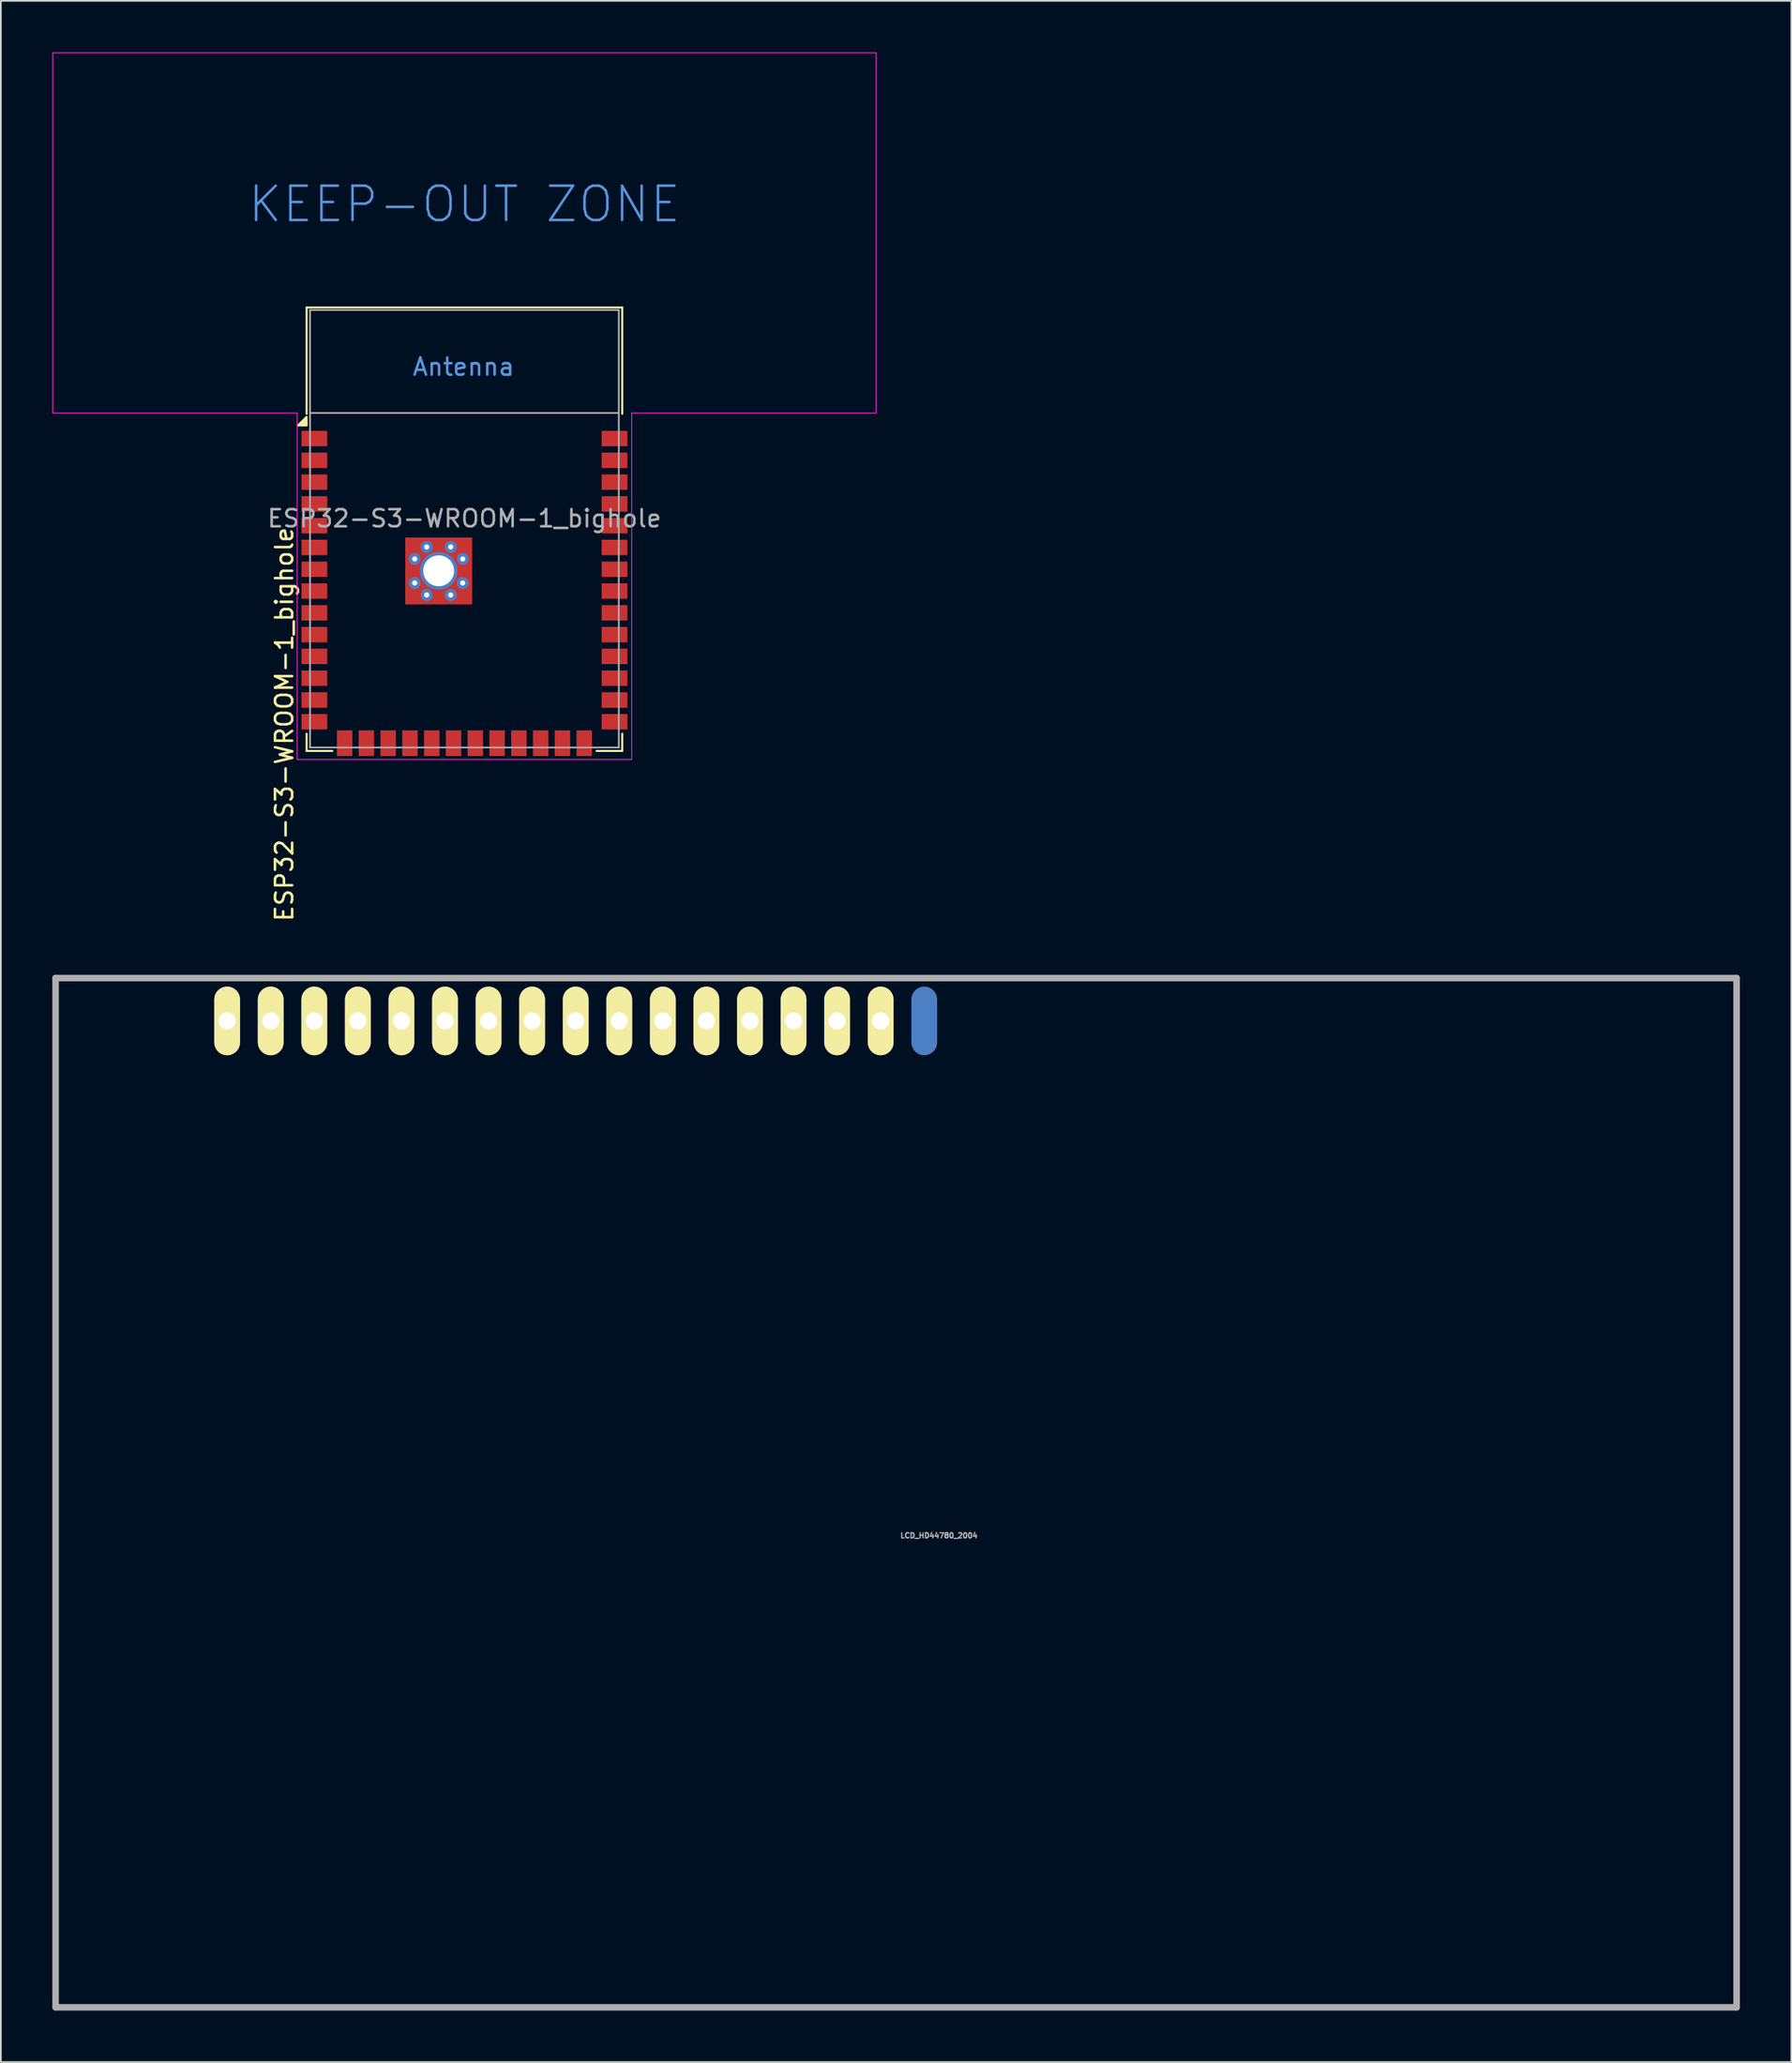
<source format=kicad_pcb>
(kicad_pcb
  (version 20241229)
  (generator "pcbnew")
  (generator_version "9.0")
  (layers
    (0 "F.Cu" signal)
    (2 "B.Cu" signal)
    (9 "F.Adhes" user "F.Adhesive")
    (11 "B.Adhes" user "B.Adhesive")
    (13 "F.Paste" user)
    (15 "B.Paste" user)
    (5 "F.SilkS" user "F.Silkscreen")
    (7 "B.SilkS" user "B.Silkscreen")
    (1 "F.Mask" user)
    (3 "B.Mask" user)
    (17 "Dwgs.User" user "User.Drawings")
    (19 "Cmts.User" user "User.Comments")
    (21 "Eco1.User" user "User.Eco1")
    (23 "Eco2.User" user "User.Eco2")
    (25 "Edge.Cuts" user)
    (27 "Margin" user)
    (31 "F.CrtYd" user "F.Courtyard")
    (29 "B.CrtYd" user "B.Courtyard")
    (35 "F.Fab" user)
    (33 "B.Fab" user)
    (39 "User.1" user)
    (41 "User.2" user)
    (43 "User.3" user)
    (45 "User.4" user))
  (footprint "LCD_HD44780_2004"
    (layer "F.Cu")
    (at 49.191 83.967)
    (property "Reference" "LCD_HD44780_2004" (at 2.5 2.5 0) (layer "F.Fab") (effects (font (size 0.3 0.3) (thickness 0.075))))
    (attr smd)
    (fp_line (start -49 -30) (end 49 -30) (stroke (width 0.381) (type solid)) (layer "F.Fab"))
    (fp_line (start -49 30) (end -49 -30) (stroke (width 0.381) (type solid)) (layer "F.Fab"))
    (fp_line (start 49 -30) (end 49 30) (stroke (width 0.381) (type solid)) (layer "F.Fab"))
    (fp_line (start 49 30) (end -49 30) (stroke (width 0.381) (type solid)) (layer "F.Fab"))
    (pad "" smd oval (at 1.641 -27.501) (size 1.501 4) (layers "B.Cu" "B.Mask" "B.Paste"))
    (pad "1" thru_hole oval (at -38.999 -27.501) (size 1.501 4) (drill 1.001) (layers "*.Cu" "*.Mask" "F.SilkS"))
    (pad "2" thru_hole oval (at -36.459 -27.501) (size 1.501 4) (drill 1.001) (layers "*.Cu" "*.Mask" "F.SilkS"))
    (pad "3" thru_hole oval (at -33.919 -27.501) (size 1.501 4) (drill 1.001) (layers "*.Cu" "*.Mask" "F.SilkS"))
    (pad "4" thru_hole oval (at -31.379 -27.501) (size 1.501 4) (drill 1.001) (layers "*.Cu" "*.Mask" "F.SilkS"))
    (pad "5" thru_hole oval (at -28.839 -27.501) (size 1.501 4) (drill 1.001) (layers "*.Cu" "*.Mask" "F.SilkS"))
    (pad "6" thru_hole oval (at -26.299 -27.501) (size 1.501 4) (drill 1.001) (layers "*.Cu" "*.Mask" "F.SilkS"))
    (pad "7" thru_hole oval (at -23.759 -27.501) (size 1.501 4) (drill 1.001) (layers "*.Cu" "*.Mask" "F.SilkS"))
    (pad "8" thru_hole oval (at -21.219 -27.501) (size 1.501 4) (drill 1.001) (layers "*.Cu" "*.Mask" "F.SilkS"))
    (pad "9" thru_hole oval (at -18.679 -27.501) (size 1.501 4) (drill 1.001) (layers "*.Cu" "*.Mask" "F.SilkS"))
    (pad "10" thru_hole oval (at -16.139 -27.501) (size 1.501 4) (drill 1.001) (layers "*.Cu" "*.Mask" "F.SilkS"))
    (pad "11" thru_hole oval (at -13.599 -27.501) (size 1.501 4) (drill 1.001) (layers "*.Cu" "*.Mask" "F.SilkS"))
    (pad "12" thru_hole oval (at -11.059 -27.501) (size 1.501 4) (drill 1.001) (layers "*.Cu" "*.Mask" "F.SilkS"))
    (pad "13" thru_hole oval (at -8.519 -27.501) (size 1.501 4) (drill 1.001) (layers "*.Cu" "*.Mask" "F.SilkS"))
    (pad "14" thru_hole oval (at -5.979 -27.501) (size 1.501 4) (drill 1.001) (layers "*.Cu" "*.Mask" "F.SilkS"))
    (pad "15" thru_hole oval (at -3.439 -27.501) (size 1.501 4) (drill 1.001) (layers "*.Cu" "*.Mask" "F.SilkS"))
    (pad "16" thru_hole oval (at -0.899 -27.501) (size 1.501 4) (drill 1.001) (layers "*.Cu" "*.Mask" "F.SilkS")))
  (footprint "ESP32-S3-WROOM-1_bighole"
    (layer "F.Cu")
    (at 24.025 27.775)
    (property "Reference" "ESP32-S3-WROOM-1_bighole" (at -10.5 11.4 90) (unlocked yes) (layer "F.SilkS") (effects (font (size 1 1) (thickness 0.15))))
    (attr smd)
    (fp_line (start -9.2 -12.9) (end -9.2 -6.7) (stroke (width 0.12) (type solid)) (layer "F.SilkS"))
    (fp_line (start -9.2 -12.9) (end 9.2 -12.9) (stroke (width 0.12) (type solid)) (layer "F.SilkS"))
    (fp_line (start -9.2 11.95) (end -9.2 12.95) (stroke (width 0.12) (type solid)) (layer "F.SilkS"))
    (fp_line (start -9.2 12.95) (end -7.7 12.95) (stroke (width 0.12) (type solid)) (layer "F.SilkS"))
    (fp_line (start 9.2 -12.9) (end 9.2 -6.7) (stroke (width 0.12) (type solid)) (layer "F.SilkS"))
    (fp_line (start 9.2 12.95) (end 7.7 12.95) (stroke (width 0.12) (type solid)) (layer "F.SilkS"))
    (fp_line (start 9.2 12.95) (end 9.2 11.95) (stroke (width 0.12) (type solid)) (layer "F.SilkS"))
    (fp_poly (pts (xy -9.2 -6.025) (xy -9.7 -6.025) (xy -9.2 -6.525) (xy -9.2 -6.025)) (stroke (width 0.12) (type solid)) (fill yes) (layer "F.SilkS"))
    (fp_line (start -24 -27.75) (end -24 -6.75) (stroke (width 0.05) (type solid)) (layer "F.CrtYd"))
    (fp_line (start -24 -6.75) (end -9.75 -6.75) (stroke (width 0.05) (type solid)) (layer "F.CrtYd"))
    (fp_line (start -9.75 13.45) (end -9.75 -6.75) (stroke (width 0.05) (type solid)) (layer "F.CrtYd"))
    (fp_line (start -9.75 13.45) (end 9.75 13.45) (stroke (width 0.05) (type solid)) (layer "F.CrtYd"))
    (fp_line (start 9.75 -6.75) (end 9.75 13.45) (stroke (width 0.05) (type solid)) (layer "F.CrtYd"))
    (fp_line (start 9.75 -6.75) (end 24 -6.75) (stroke (width 0.05) (type solid)) (layer "F.CrtYd"))
    (fp_line (start 24 -27.75) (end -24 -27.75) (stroke (width 0.05) (type solid)) (layer "F.CrtYd"))
    (fp_line (start 24 -6.75) (end 24 -27.75) (stroke (width 0.05) (type solid)) (layer "F.CrtYd"))
    (fp_line (start -9 -12.75) (end 9 -12.75) (stroke (width 0.1) (type solid)) (layer "F.Fab"))
    (fp_line (start -9 -6.75) (end 9 -6.75) (stroke (width 0.1) (type solid)) (layer "F.Fab"))
    (fp_line (start -9 12.75) (end -9 -12.75) (stroke (width 0.1) (type solid)) (layer "F.Fab"))
    (fp_line (start -9 12.75) (end 9 12.75) (stroke (width 0.1) (type solid)) (layer "F.Fab"))
    (fp_line (start 9 12.75) (end 9 -12.75) (stroke (width 0.1) (type solid)) (layer "F.Fab"))
    (fp_text user "Antenna" (at -0.05 -9.44 0) (layer "Cmts.User") (effects (font (size 1 1) (thickness 0.15))))
    (fp_text user "KEEP-OUT ZONE" (at 0 -18.92 0) (layer "Cmts.User") (effects (font (size 2 2) (thickness 0.15))))
    (fp_text user "${REFERENCE}" (at 0 -0.6 0) (unlocked yes) (layer "F.Fab") (effects (font (size 1 1) (thickness 0.15))))
    (pad "" smd rect (at -2.9 1.06) (size 0.9 0.9) (layers "F.Paste"))
    (pad "" smd rect (at -2.9 2.46 270) (size 0.9 0.9) (layers "F.Paste"))
    (pad "" smd rect (at -2.9 3.86) (size 0.9 0.9) (layers "F.Paste"))
    (pad "" smd rect (at -1.5 1.06 270) (size 0.9 0.9) (layers "F.Paste"))
    (pad "" smd rect (at -1.5 3.86 270) (size 0.9 0.9) (layers "F.Paste"))
    (pad "" smd rect (at -0.1 1.06 270) (size 0.9 0.9) (layers "F.Paste"))
    (pad "" smd rect (at -0.1 2.46 270) (size 0.9 0.9) (layers "F.Paste"))
    (pad "" smd rect (at -0.1 3.86 270) (size 0.9 0.9) (layers "F.Paste"))
    (pad "1" smd rect (at -8.75 -5.26) (size 1.5 0.9) (layers "F.Cu" "F.Mask" "F.Paste"))
    (pad "2" smd rect (at -8.75 -3.99) (size 1.5 0.9) (layers "F.Cu" "F.Mask" "F.Paste"))
    (pad "3" smd rect (at -8.75 -2.72) (size 1.5 0.9) (layers "F.Cu" "F.Mask" "F.Paste"))
    (pad "4" smd rect (at -8.75 -1.45) (size 1.5 0.9) (layers "F.Cu" "F.Mask" "F.Paste"))
    (pad "5" smd rect (at -8.75 -0.18) (size 1.5 0.9) (layers "F.Cu" "F.Mask" "F.Paste"))
    (pad "6" smd rect (at -8.75 1.09) (size 1.5 0.9) (layers "F.Cu" "F.Mask" "F.Paste"))
    (pad "7" smd rect (at -8.75 2.36) (size 1.5 0.9) (layers "F.Cu" "F.Mask" "F.Paste"))
    (pad "8" smd rect (at -8.75 3.63) (size 1.5 0.9) (layers "F.Cu" "F.Mask" "F.Paste"))
    (pad "9" smd rect (at -8.75 4.9) (size 1.5 0.9) (layers "F.Cu" "F.Mask" "F.Paste"))
    (pad "10" smd rect (at -8.75 6.17) (size 1.5 0.9) (layers "F.Cu" "F.Mask" "F.Paste"))
    (pad "11" smd rect (at -8.75 7.44) (size 1.5 0.9) (layers "F.Cu" "F.Mask" "F.Paste"))
    (pad "12" smd rect (at -8.75 8.71) (size 1.5 0.9) (layers "F.Cu" "F.Mask" "F.Paste"))
    (pad "13" smd rect (at -8.75 9.98) (size 1.5 0.9) (layers "F.Cu" "F.Mask" "F.Paste"))
    (pad "14" smd rect (at -8.75 11.25 180) (size 1.5 0.9) (layers "F.Cu" "F.Mask" "F.Paste"))
    (pad "15" smd rect (at -6.985 12.5 270) (size 1.5 0.9) (layers "F.Cu" "F.Mask" "F.Paste"))
    (pad "16" smd rect (at -5.715 12.5 270) (size 1.5 0.9) (layers "F.Cu" "F.Mask" "F.Paste"))
    (pad "17" smd rect (at -4.445 12.5 270) (size 1.5 0.9) (layers "F.Cu" "F.Mask" "F.Paste"))
    (pad "18" smd rect (at -3.175 12.5 270) (size 1.5 0.9) (layers "F.Cu" "F.Mask" "F.Paste"))
    (pad "19" smd rect (at -1.905 12.5 270) (size 1.5 0.9) (layers "F.Cu" "F.Mask" "F.Paste"))
    (pad "20" smd rect (at -0.635 12.5 270) (size 1.5 0.9) (layers "F.Cu" "F.Mask" "F.Paste"))
    (pad "21" smd rect (at 0.635 12.5 270) (size 1.5 0.9) (layers "F.Cu" "F.Mask" "F.Paste"))
    (pad "22" smd rect (at 1.905 12.5 270) (size 1.5 0.9) (layers "F.Cu" "F.Mask" "F.Paste"))
    (pad "23" smd rect (at 3.175 12.5 270) (size 1.5 0.9) (layers "F.Cu" "F.Mask" "F.Paste"))
    (pad "24" smd rect (at 4.445 12.5 270) (size 1.5 0.9) (layers "F.Cu" "F.Mask" "F.Paste"))
    (pad "25" smd rect (at 5.715 12.5 270) (size 1.5 0.9) (layers "F.Cu" "F.Mask" "F.Paste"))
    (pad "26" smd rect (at 6.985 12.5 270) (size 1.5 0.9) (layers "F.Cu" "F.Mask" "F.Paste"))
    (pad "27" smd rect (at 8.75 11.25) (size 1.5 0.9) (layers "F.Cu" "F.Mask" "F.Paste"))
    (pad "28" smd rect (at 8.75 9.98) (size 1.5 0.9) (layers "F.Cu" "F.Mask" "F.Paste"))
    (pad "29" smd rect (at 8.75 8.71) (size 1.5 0.9) (layers "F.Cu" "F.Mask" "F.Paste"))
    (pad "30" smd rect (at 8.75 7.44) (size 1.5 0.9) (layers "F.Cu" "F.Mask" "F.Paste"))
    (pad "31" smd rect (at 8.75 6.17) (size 1.5 0.9) (layers "F.Cu" "F.Mask" "F.Paste"))
    (pad "32" smd rect (at 8.75 4.9) (size 1.5 0.9) (layers "F.Cu" "F.Mask" "F.Paste"))
    (pad "33" smd rect (at 8.75 3.63) (size 1.5 0.9) (layers "F.Cu" "F.Mask" "F.Paste"))
    (pad "34" smd rect (at 8.75 2.36) (size 1.5 0.9) (layers "F.Cu" "F.Mask" "F.Paste"))
    (pad "35" smd rect (at 8.75 1.09) (size 1.5 0.9) (layers "F.Cu" "F.Mask" "F.Paste"))
    (pad "36" smd rect (at 8.75 -0.18) (size 1.5 0.9) (layers "F.Cu" "F.Mask" "F.Paste"))
    (pad "37" smd rect (at 8.75 -1.45) (size 1.5 0.9) (layers "F.Cu" "F.Mask" "F.Paste"))
    (pad "38" smd rect (at 8.75 -2.72) (size 1.5 0.9) (layers "F.Cu" "F.Mask" "F.Paste"))
    (pad "39" smd rect (at 8.75 -3.99) (size 1.5 0.9) (layers "F.Cu" "F.Mask" "F.Paste"))
    (pad "40" smd rect (at 8.75 -5.26) (size 1.5 0.9) (layers "F.Cu" "F.Mask" "F.Paste"))
    (pad "41" thru_hole circle (at -2.9 1.76 90) (size 0.7 0.7) (drill 0.3) (property pad_prop_heatsink) (layers "*.Cu" "F.Mask"))
    (pad "41" thru_hole circle (at -2.9 3.16) (size 0.7 0.7) (drill 0.3) (property pad_prop_heatsink) (layers "*.Cu" "F.Mask"))
    (pad "41" thru_hole circle (at -2.2 1.06) (size 0.7 0.7) (drill 0.3) (property pad_prop_heatsink) (layers "*.Cu" "F.Mask"))
    (pad "41" thru_hole circle (at -2.2 3.86) (size 0.7 0.7) (drill 0.3) (property pad_prop_heatsink) (layers "*.Cu" "F.Mask"))
    (pad "41" thru_hole circle (at -1.5 2.45) (size 2.2 2.2) (drill 1.8) (property pad_prop_heatsink) (layers "*.Cu" "F.Mask"))
    (pad "41" smd rect (at -1.5 2.46 270) (size 3.9 3.9) (layers "F.Cu" "F.Mask"))
    (pad "41" thru_hole circle (at -0.8 1.06) (size 0.7 0.7) (drill 0.3) (property pad_prop_heatsink) (layers "*.Cu" "F.Mask"))
    (pad "41" thru_hole circle (at -0.8 3.86) (size 0.7 0.7) (drill 0.3) (property pad_prop_heatsink) (layers "*.Cu" "F.Mask"))
    (pad "41" thru_hole circle (at -0.1 1.76) (size 0.7 0.7) (drill 0.3) (property pad_prop_heatsink) (layers "*.Cu" "F.Mask"))
    (pad "41" thru_hole circle (at -0.1 3.16) (size 0.7 0.7) (drill 0.3) (property pad_prop_heatsink) (layers "*.Cu" "F.Mask"))
    (zone (net_name "") (layers "F.Cu" "B.Cu") (hatch full 0.508) (connect_pads) (min_thickness 0.254) (filled_areas_thickness no) (keepout (tracks not_allowed) (vias not_allowed) (pads not_allowed) (copperpour not_allowed) (footprints not_allowed)) (placement (enabled no)) (fill) (polygon (pts (xy 0.025 21.025) (xy 48.025 21.025) (xy 48.025 0.025) (xy 0.025 0.025)))))
  (gr_rect
    (start -3 -3)
    (end 101.381 117.157)
    (stroke (width 0.1) (type default))
    (fill no)
    (layer "Edge.Cuts")))
</source>
